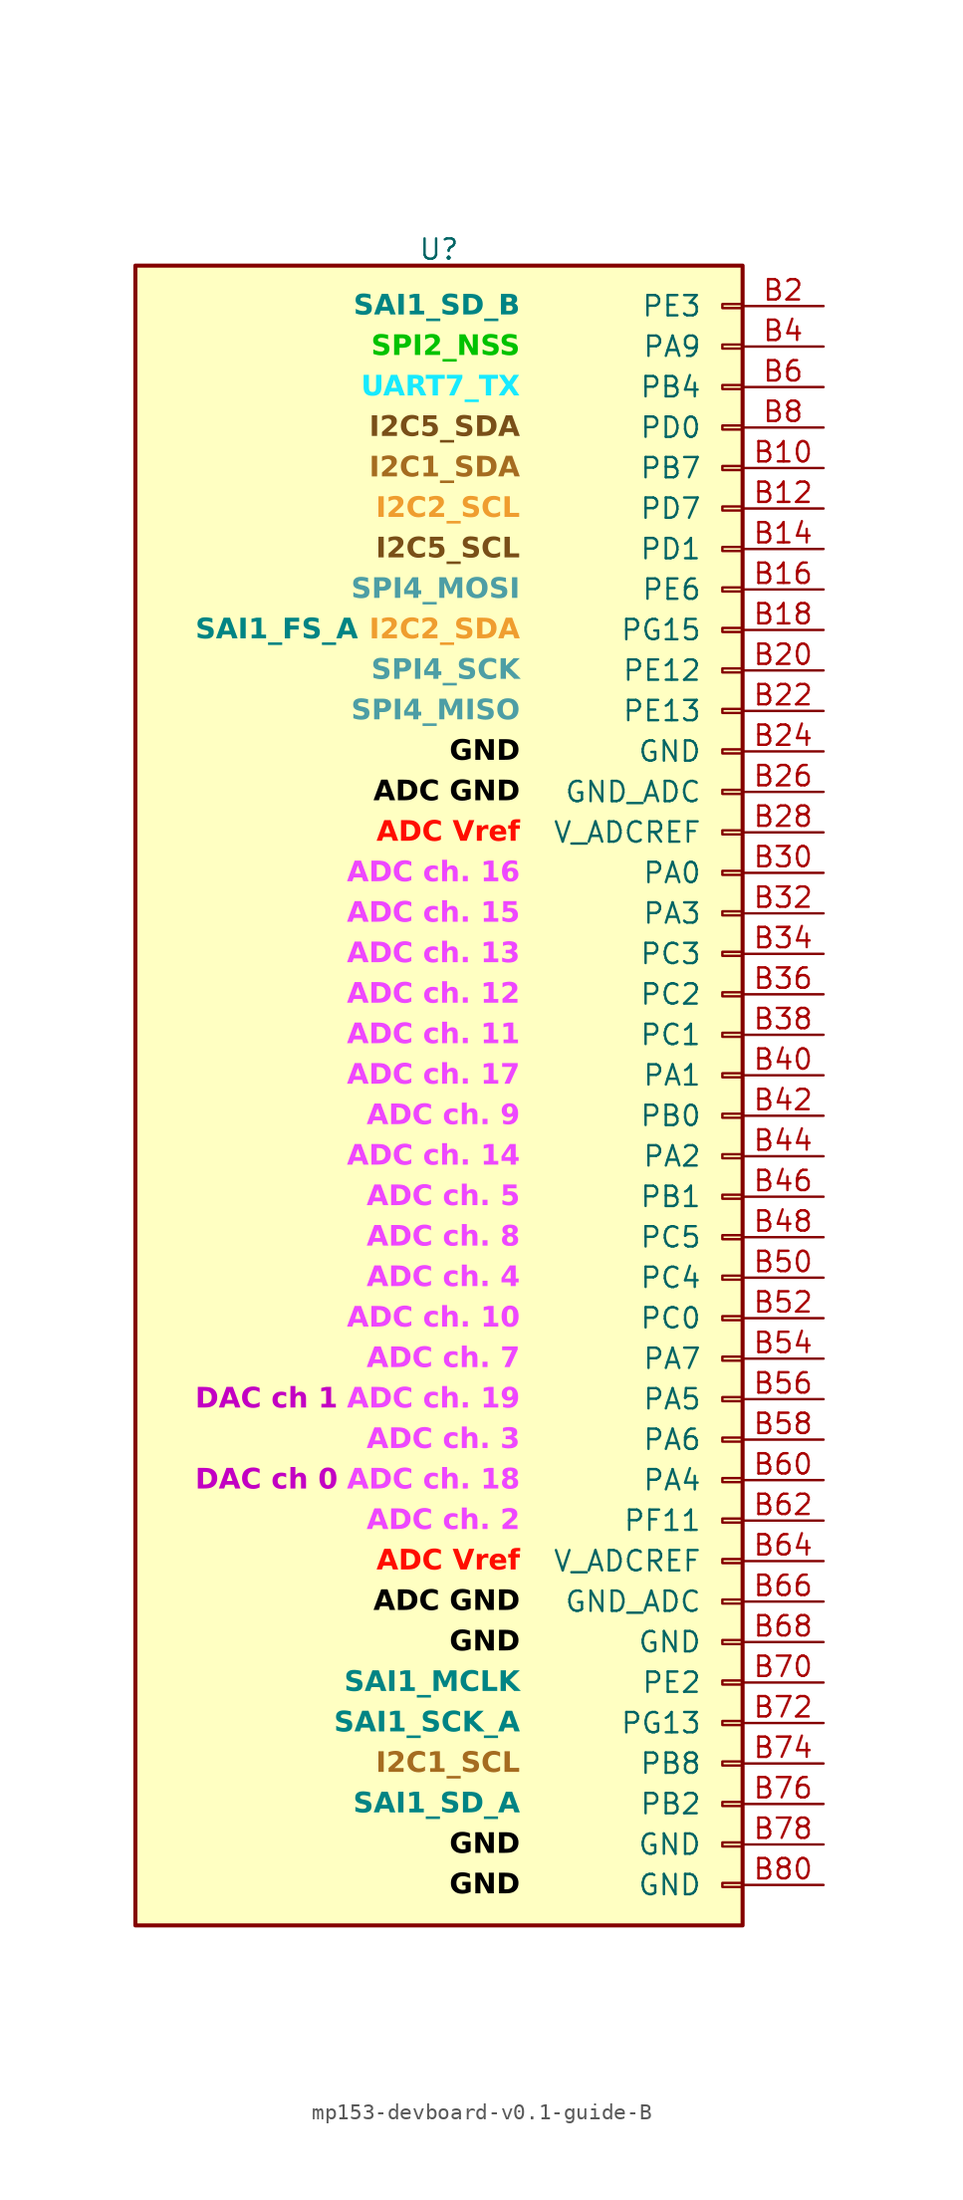
<source format=kicad_sym>
(kicad_symbol_lib
  (version 20241209)
  (generator "kicad_symbol_editor")
  (generator_version "9.0")
  (symbol "mp153-devboard-v0.1-guide-B"
    (pin_names
      (offset 2.54))
    (property "Reference" "U"
      (at 0 53.086 0)
      (effects (font (size 1.27 1.27))))
    (property "Value" ""
      (at 0 0 0)
      (effects (font (size 1.27 1.27))))
    (symbol "mp153-devboard-v0.1-guide-B_1_1"
      (rectangle (start -19.05 52.07) (end 19.05 -52.07) (stroke (width 0.254) (type default)) (fill (type background)))
      (rectangle (start 19.05 49.657) (end 17.78 49.403) (stroke (width 0.152) (type default)) (fill (type none)))
      (rectangle (start 19.05 47.117) (end 17.78 46.863) (stroke (width 0.152) (type default)) (fill (type none)))
      (rectangle (start 19.05 44.577) (end 17.78 44.323) (stroke (width 0.152) (type default)) (fill (type none)))
      (rectangle (start 19.05 42.037) (end 17.78 41.783) (stroke (width 0.152) (type default)) (fill (type none)))
      (rectangle (start 19.05 39.497) (end 17.78 39.243) (stroke (width 0.152) (type default)) (fill (type none)))
      (rectangle (start 19.05 36.957) (end 17.78 36.703) (stroke (width 0.152) (type default)) (fill (type none)))
      (rectangle (start 19.05 34.417) (end 17.78 34.163) (stroke (width 0.152) (type default)) (fill (type none)))
      (rectangle (start 19.05 31.877) (end 17.78 31.623) (stroke (width 0.152) (type default)) (fill (type none)))
      (rectangle (start 19.05 29.337) (end 17.78 29.083) (stroke (width 0.152) (type default)) (fill (type none)))
      (rectangle (start 19.05 26.797) (end 17.78 26.543) (stroke (width 0.152) (type default)) (fill (type none)))
      (rectangle (start 19.05 24.257) (end 17.78 24.003) (stroke (width 0.152) (type default)) (fill (type none)))
      (rectangle (start 19.05 21.717) (end 17.78 21.463) (stroke (width 0.152) (type default)) (fill (type none)))
      (rectangle (start 19.05 19.177) (end 17.78 18.923) (stroke (width 0.152) (type default)) (fill (type none)))
      (rectangle (start 19.05 16.637) (end 17.78 16.383) (stroke (width 0.152) (type default)) (fill (type none)))
      (rectangle (start 19.05 14.097) (end 17.78 13.843) (stroke (width 0.152) (type default)) (fill (type none)))
      (rectangle (start 19.05 11.557) (end 17.78 11.303) (stroke (width 0.152) (type default)) (fill (type none)))
      (rectangle (start 19.05 9.017) (end 17.78 8.763) (stroke (width 0.152) (type default)) (fill (type none)))
      (rectangle (start 19.05 6.477) (end 17.78 6.223) (stroke (width 0.152) (type default)) (fill (type none)))
      (rectangle (start 19.05 3.937) (end 17.78 3.683) (stroke (width 0.152) (type default)) (fill (type none)))
      (rectangle (start 19.05 1.397) (end 17.78 1.143) (stroke (width 0.152) (type default)) (fill (type none)))
      (rectangle (start 19.05 -1.143) (end 17.78 -1.397) (stroke (width 0.152) (type default)) (fill (type none)))
      (rectangle (start 19.05 -3.683) (end 17.78 -3.937) (stroke (width 0.152) (type default)) (fill (type none)))
      (rectangle (start 19.05 -6.223) (end 17.78 -6.477) (stroke (width 0.152) (type default)) (fill (type none)))
      (rectangle (start 19.05 -8.763) (end 17.78 -9.017) (stroke (width 0.152) (type default)) (fill (type none)))
      (rectangle (start 19.05 -11.303) (end 17.78 -11.557) (stroke (width 0.152) (type default)) (fill (type none)))
      (rectangle (start 19.05 -13.843) (end 17.78 -14.097) (stroke (width 0.152) (type default)) (fill (type none)))
      (rectangle (start 19.05 -16.383) (end 17.78 -16.637) (stroke (width 0.152) (type default)) (fill (type none)))
      (rectangle (start 19.05 -18.923) (end 17.78 -19.177) (stroke (width 0.152) (type default)) (fill (type none)))
      (rectangle (start 19.05 -21.463) (end 17.78 -21.717) (stroke (width 0.152) (type default)) (fill (type none)))
      (rectangle (start 19.05 -24.003) (end 17.78 -24.257) (stroke (width 0.152) (type default)) (fill (type none)))
      (rectangle (start 19.05 -26.543) (end 17.78 -26.797) (stroke (width 0.152) (type default)) (fill (type none)))
      (rectangle (start 19.05 -29.083) (end 17.78 -29.337) (stroke (width 0.152) (type default)) (fill (type none)))
      (rectangle (start 19.05 -31.623) (end 17.78 -31.877) (stroke (width 0.152) (type default)) (fill (type none)))
      (rectangle (start 19.05 -34.163) (end 17.78 -34.417) (stroke (width 0.152) (type default)) (fill (type none)))
      (rectangle (start 19.05 -36.703) (end 17.78 -36.957) (stroke (width 0.152) (type default)) (fill (type none)))
      (rectangle (start 19.05 -39.243) (end 17.78 -39.497) (stroke (width 0.152) (type default)) (fill (type none)))
      (rectangle (start 19.05 -41.783) (end 17.78 -42.037) (stroke (width 0.152) (type default)) (fill (type none)))
      (rectangle (start 19.05 -44.323) (end 17.78 -44.577) (stroke (width 0.152) (type default)) (fill (type none)))
      (rectangle (start 19.05 -46.863) (end 17.78 -47.117) (stroke (width 0.152) (type default)) (fill (type none)))
      (rectangle (start 19.05 -49.403) (end 17.78 -49.657) (stroke (width 0.152) (type default)) (fill (type none)))
      (text "DAC ch 1" (at -6.35 -19.05 0) (effects (font (face "Arial") (size 1.27 1.27) (bold yes) (color 194 0 194 1)) (justify right)))
      (text "DAC ch 0" (at -6.35 -24.13 0) (effects (font (face "Arial") (size 1.27 1.27) (bold yes) (color 194 0 194 1)) (justify right)))
      (text "SAI1_FS_A" (at -5.08 29.21 0) (effects (font (face "Arial") (size 1.27 1.27) (bold yes) (color 0 132 132 1)) (justify right)))
      (text "SAI1_SD_B" (at 5.08 49.53 0) (effects (font (face "Arial") (size 1.27 1.27) (bold yes) (color 0 132 132 1)) (justify right)))
      (text "SPI2_NSS" (at 5.08 46.99 0) (effects (font (face "Arial") (size 1.27 1.27) (bold yes) (color 0 194 0 1)) (justify right)))
      (text "UART7_TX" (at 5.08 44.45 0) (effects (font (face "Arial") (size 1.27 1.27) (bold yes) (color 23 234 255 1)) (justify right)))
      (text "I2C5_SDA" (at 5.08 41.91 0) (effects (font (face "Arial") (size 1.27 1.27) (bold yes) (color 121 79 24 1)) (justify right)))
      (text "I2C1_SDA" (at 5.08 39.37 0) (effects (font (face "Arial") (size 1.27 1.27) (bold yes) (color 165 108 32 1)) (justify right)))
      (text "I2C2_SCL" (at 5.08 36.83 0) (effects (font (face "Arial") (size 1.27 1.27) (bold yes) (color 239 157 47 1)) (justify right)))
      (text "I2C5_SCL" (at 5.08 34.29 0) (effects (font (face "Arial") (size 1.27 1.27) (bold yes) (color 121 79 24 1)) (justify right)))
      (text "SPI4_MOSI" (at 5.08 31.75 0) (effects (font (face "Arial") (size 1.27 1.27) (bold yes) (color 77 158 165 1)) (justify right)))
      (text "I2C2_SDA" (at 5.08 29.21 0) (effects (font (face "Arial") (size 1.27 1.27) (bold yes) (color 239 157 47 1)) (justify right)))
      (text "SPI4_SCK" (at 5.08 26.67 0) (effects (font (face "Arial") (size 1.27 1.27) (bold yes) (color 77 158 165 1)) (justify right)))
      (text "SPI4_MISO" (at 5.08 24.13 0) (effects (font (face "Arial") (size 1.27 1.27) (bold yes) (color 77 158 165 1)) (justify right)))
      (text "GND" (at 5.08 21.59 0) (effects (font (face "Arial") (size 1.27 1.27) (bold yes) (color 0 0 0 1)) (justify right)))
      (text "ADC GND" (at 5.08 19.05 0) (effects (font (face "Arial") (size 1.27 1.27) (bold yes) (color 0 0 0 1)) (justify right)))
      (text "ADC Vref" (at 5.08 16.51 0) (effects (font (face "Arial") (size 1.27 1.27) (bold yes) (color 255 13 0 1)) (justify right)))
      (text "ADC ch. 16" (at 5.08 13.97 0) (effects (font (face "Arial") (size 1.27 1.27) (bold yes) (color 238 71 255 1)) (justify right)))
      (text "ADC ch. 15" (at 5.08 11.43 0) (effects (font (face "Arial") (size 1.27 1.27) (bold yes) (color 238 71 255 1)) (justify right)))
      (text "ADC ch. 13" (at 5.08 8.89 0) (effects (font (face "Arial") (size 1.27 1.27) (bold yes) (color 238 71 255 1)) (justify right)))
      (text "ADC ch. 12" (at 5.08 6.35 0) (effects (font (face "Arial") (size 1.27 1.27) (bold yes) (color 238 71 255 1)) (justify right)))
      (text "ADC ch. 11" (at 5.08 3.81 0) (effects (font (face "Arial") (size 1.27 1.27) (bold yes) (color 238 71 255 1)) (justify right)))
      (text "ADC ch. 17" (at 5.08 1.27 0) (effects (font (face "Arial") (size 1.27 1.27) (bold yes) (color 238 71 255 1)) (justify right)))
      (text "ADC ch. 9" (at 5.08 -1.27 0) (effects (font (face "Arial") (size 1.27 1.27) (bold yes) (color 238 71 255 1)) (justify right)))
      (text "ADC ch. 14" (at 5.08 -3.81 0) (effects (font (face "Arial") (size 1.27 1.27) (bold yes) (color 238 71 255 1)) (justify right)))
      (text "ADC ch. 5" (at 5.08 -6.35 0) (effects (font (face "Arial") (size 1.27 1.27) (bold yes) (color 238 71 255 1)) (justify right)))
      (text "ADC ch. 8" (at 5.08 -8.89 0) (effects (font (face "Arial") (size 1.27 1.27) (bold yes) (color 238 71 255 1)) (justify right)))
      (text "ADC ch. 4" (at 5.08 -11.43 0) (effects (font (face "Arial") (size 1.27 1.27) (bold yes) (color 238 71 255 1)) (justify right)))
      (text "ADC ch. 10" (at 5.08 -13.97 0) (effects (font (face "Arial") (size 1.27 1.27) (bold yes) (color 238 71 255 1)) (justify right)))
      (text "ADC ch. 7" (at 5.08 -16.51 0) (effects (font (face "Arial") (size 1.27 1.27) (bold yes) (color 238 71 255 1)) (justify right)))
      (text "ADC ch. 19" (at 5.08 -19.05 0) (effects (font (face "Arial") (size 1.27 1.27) (bold yes) (color 238 71 255 1)) (justify right)))
      (text "ADC ch. 3" (at 5.08 -21.59 0) (effects (font (face "Arial") (size 1.27 1.27) (bold yes) (color 238 71 255 1)) (justify right)))
      (text "ADC ch. 18" (at 5.08 -24.13 0) (effects (font (face "Arial") (size 1.27 1.27) (bold yes) (color 238 71 255 1)) (justify right)))
      (text "ADC ch. 2" (at 5.08 -26.67 0) (effects (font (face "Arial") (size 1.27 1.27) (bold yes) (color 238 71 255 1)) (justify right)))
      (text "ADC Vref" (at 5.08 -29.21 0) (effects (font (face "Arial") (size 1.27 1.27) (bold yes) (color 255 13 0 1)) (justify right)))
      (text "ADC GND" (at 5.08 -31.75 0) (effects (font (face "Arial") (size 1.27 1.27) (bold yes) (color 0 0 0 1)) (justify right)))
      (text "GND" (at 5.08 -34.29 0) (effects (font (face "Arial") (size 1.27 1.27) (bold yes) (color 0 0 0 1)) (justify right)))
      (text "SAI1_MCLK" (at 5.08 -36.83 0) (effects (font (face "Arial") (size 1.27 1.27) (bold yes) (color 0 132 132 1)) (justify right)))
      (text "SAI1_SCK_A" (at 5.08 -39.37 0) (effects (font (face "Arial") (size 1.27 1.27) (bold yes) (color 0 132 132 1)) (justify right)))
      (text "I2C1_SCL" (at 5.08 -41.91 0) (effects (font (face "Arial") (size 1.27 1.27) (bold yes) (color 165 108 32 1)) (justify right)))
      (text "SAI1_SD_A" (at 5.08 -44.45 0) (effects (font (face "Arial") (size 1.27 1.27) (bold yes) (color 0 132 132 1)) (justify right)))
      (text "GND" (at 5.08 -46.99 0) (effects (font (face "Arial") (size 1.27 1.27) (bold yes) (color 0 0 0 1)) (justify right)))
      (text "GND" (at 5.08 -49.53 0) (effects (font (face "Arial") (size 1.27 1.27) (bold yes) (color 0 0 0 1)) (justify right)))
      (pin passive line (at 24.13 49.53 180) (length 5.08) (name "PE3" (effects (font (size 1.27 1.27)))) (number "B2" (effects (font (size 1.27 1.27)))))
      (pin passive line (at 24.13 46.99 180) (length 5.08) (name "PA9" (effects (font (size 1.27 1.27)))) (number "B4" (effects (font (size 1.27 1.27)))))
      (pin passive line (at 24.13 44.45 180) (length 5.08) (name "PB4" (effects (font (size 1.27 1.27)))) (number "B6" (effects (font (size 1.27 1.27)))))
      (pin passive line (at 24.13 41.91 180) (length 5.08) (name "PD0" (effects (font (size 1.27 1.27)))) (number "B8" (effects (font (size 1.27 1.27)))))
      (pin passive line (at 24.13 39.37 180) (length 5.08) (name "PB7" (effects (font (size 1.27 1.27)))) (number "B10" (effects (font (size 1.27 1.27)))))
      (pin passive line (at 24.13 36.83 180) (length 5.08) (name "PD7" (effects (font (size 1.27 1.27)))) (number "B12" (effects (font (size 1.27 1.27)))))
      (pin passive line (at 24.13 34.29 180) (length 5.08) (name "PD1" (effects (font (size 1.27 1.27)))) (number "B14" (effects (font (size 1.27 1.27)))))
      (pin passive line (at 24.13 31.75 180) (length 5.08) (name "PE6" (effects (font (size 1.27 1.27)))) (number "B16" (effects (font (size 1.27 1.27)))))
      (pin passive line (at 24.13 29.21 180) (length 5.08) (name "PG15" (effects (font (size 1.27 1.27)))) (number "B18" (effects (font (size 1.27 1.27)))))
      (pin passive line (at 24.13 26.67 180) (length 5.08) (name "PE12" (effects (font (size 1.27 1.27)))) (number "B20" (effects (font (size 1.27 1.27)))))
      (pin passive line (at 24.13 24.13 180) (length 5.08) (name "PE13" (effects (font (size 1.27 1.27)))) (number "B22" (effects (font (size 1.27 1.27)))))
      (pin passive line (at 24.13 21.59 180) (length 5.08) (name "GND" (effects (font (size 1.27 1.27)))) (number "B24" (effects (font (size 1.27 1.27)))))
      (pin passive line (at 24.13 19.05 180) (length 5.08) (name "GND_ADC" (effects (font (size 1.27 1.27)))) (number "B26" (effects (font (size 1.27 1.27)))))
      (pin passive line (at 24.13 16.51 180) (length 5.08) (name "V_ADCREF" (effects (font (size 1.27 1.27)))) (number "B28" (effects (font (size 1.27 1.27)))))
      (pin passive line (at 24.13 13.97 180) (length 5.08) (name "PA0" (effects (font (size 1.27 1.27)))) (number "B30" (effects (font (size 1.27 1.27)))))
      (pin passive line (at 24.13 11.43 180) (length 5.08) (name "PA3" (effects (font (size 1.27 1.27)))) (number "B32" (effects (font (size 1.27 1.27)))))
      (pin passive line (at 24.13 8.89 180) (length 5.08) (name "PC3" (effects (font (size 1.27 1.27)))) (number "B34" (effects (font (size 1.27 1.27)))))
      (pin passive line (at 24.13 6.35 180) (length 5.08) (name "PC2" (effects (font (size 1.27 1.27)))) (number "B36" (effects (font (size 1.27 1.27)))))
      (pin passive line (at 24.13 3.81 180) (length 5.08) (name "PC1" (effects (font (size 1.27 1.27)))) (number "B38" (effects (font (size 1.27 1.27)))))
      (pin passive line (at 24.13 1.27 180) (length 5.08) (name "PA1" (effects (font (size 1.27 1.27)))) (number "B40" (effects (font (size 1.27 1.27)))))
      (pin passive line (at 24.13 -1.27 180) (length 5.08) (name "PB0" (effects (font (size 1.27 1.27)))) (number "B42" (effects (font (size 1.27 1.27)))))
      (pin passive line (at 24.13 -3.81 180) (length 5.08) (name "PA2" (effects (font (size 1.27 1.27)))) (number "B44" (effects (font (size 1.27 1.27)))))
      (pin passive line (at 24.13 -6.35 180) (length 5.08) (name "PB1" (effects (font (size 1.27 1.27)))) (number "B46" (effects (font (size 1.27 1.27)))))
      (pin passive line (at 24.13 -8.89 180) (length 5.08) (name "PC5" (effects (font (size 1.27 1.27)))) (number "B48" (effects (font (size 1.27 1.27)))))
      (pin passive line (at 24.13 -11.43 180) (length 5.08) (name "PC4" (effects (font (size 1.27 1.27)))) (number "B50" (effects (font (size 1.27 1.27)))))
      (pin passive line (at 24.13 -13.97 180) (length 5.08) (name "PC0" (effects (font (size 1.27 1.27)))) (number "B52" (effects (font (size 1.27 1.27)))))
      (pin passive line (at 24.13 -16.51 180) (length 5.08) (name "PA7" (effects (font (size 1.27 1.27)))) (number "B54" (effects (font (size 1.27 1.27)))))
      (pin passive line (at 24.13 -19.05 180) (length 5.08) (name "PA5" (effects (font (size 1.27 1.27)))) (number "B56" (effects (font (size 1.27 1.27)))))
      (pin passive line (at 24.13 -21.59 180) (length 5.08) (name "PA6" (effects (font (size 1.27 1.27)))) (number "B58" (effects (font (size 1.27 1.27)))))
      (pin passive line (at 24.13 -24.13 180) (length 5.08) (name "PA4" (effects (font (size 1.27 1.27)))) (number "B60" (effects (font (size 1.27 1.27)))))
      (pin passive line (at 24.13 -26.67 180) (length 5.08) (name "PF11" (effects (font (size 1.27 1.27)))) (number "B62" (effects (font (size 1.27 1.27)))))
      (pin passive line (at 24.13 -29.21 180) (length 5.08) (name "V_ADCREF" (effects (font (size 1.27 1.27)))) (number "B64" (effects (font (size 1.27 1.27)))))
      (pin passive line (at 24.13 -31.75 180) (length 5.08) (name "GND_ADC" (effects (font (size 1.27 1.27)))) (number "B66" (effects (font (size 1.27 1.27)))))
      (pin passive line (at 24.13 -34.29 180) (length 5.08) (name "GND" (effects (font (size 1.27 1.27)))) (number "B68" (effects (font (size 1.27 1.27)))))
      (pin passive line (at 24.13 -36.83 180) (length 5.08) (name "PE2" (effects (font (size 1.27 1.27)))) (number "B70" (effects (font (size 1.27 1.27)))))
      (pin passive line (at 24.13 -39.37 180) (length 5.08) (name "PG13" (effects (font (size 1.27 1.27)))) (number "B72" (effects (font (size 1.27 1.27)))))
      (pin passive line (at 24.13 -41.91 180) (length 5.08) (name "PB8" (effects (font (size 1.27 1.27)))) (number "B74" (effects (font (size 1.27 1.27)))))
      (pin passive line (at 24.13 -44.45 180) (length 5.08) (name "PB2" (effects (font (size 1.27 1.27)))) (number "B76" (effects (font (size 1.27 1.27)))))
      (pin passive line (at 24.13 -46.99 180) (length 5.08) (name "GND" (effects (font (size 1.27 1.27)))) (number "B78" (effects (font (size 1.27 1.27)))))
      (pin passive line (at 24.13 -49.53 180) (length 5.08) (name "GND" (effects (font (size 1.27 1.27)))) (number "B80" (effects (font (size 1.27 1.27))))))))
</source>
